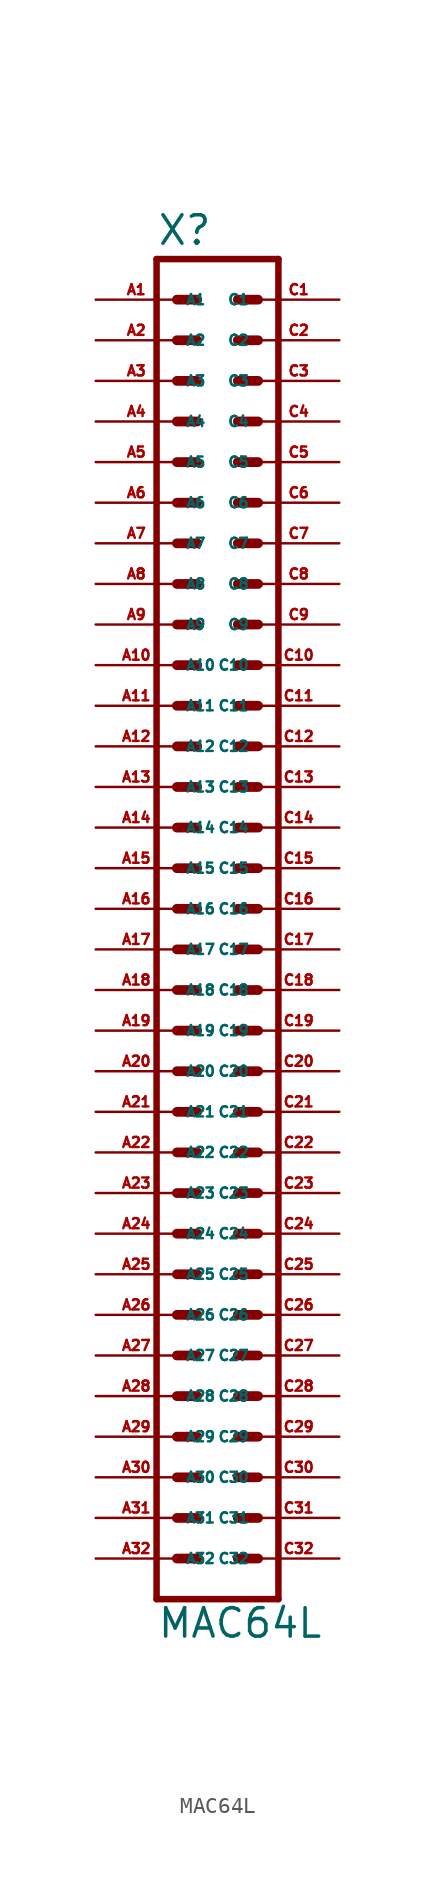
<source format=kicad_sym>
(kicad_symbol_lib
  (version 20220914)
  (generator Eagle2Kicad)
  (symbol "MAC64L"
    (property "Reference" "X"
      (at -3.81 41.402 0)
      (effects (font (size 1.778 1.778) (thickness 0.22)) (justify left bottom)))
    (property "Value" "MAC64L"
      (at -3.81 -45.72 0)
      (effects (font (size 1.778 1.778) (thickness 0.22)) (justify left bottom)))
    (polyline
      (pts (xy 3.81 -43.18) (xy -3.81 -43.18))
      (stroke (width 0.406) (type default))
      (fill (type none)))
    (polyline
      (pts (xy -3.81 40.64) (xy -3.81 -43.18))
      (stroke (width 0.406) (type default))
      (fill (type none)))
    (polyline
      (pts (xy -3.81 40.64) (xy 3.81 40.64))
      (stroke (width 0.406) (type default))
      (fill (type none)))
    (polyline
      (pts (xy 3.81 -43.18) (xy 3.81 40.64))
      (stroke (width 0.406) (type default))
      (fill (type none)))
    (polyline
      (pts (xy 1.27 -40.64) (xy 2.54 -40.64))
      (stroke (width 0.61) (type default))
      (fill (type none)))
    (polyline
      (pts (xy 1.27 -38.1) (xy 2.54 -38.1))
      (stroke (width 0.61) (type default))
      (fill (type none)))
    (polyline
      (pts (xy 1.27 -35.56) (xy 2.54 -35.56))
      (stroke (width 0.61) (type default))
      (fill (type none)))
    (polyline
      (pts (xy 1.27 -33.02) (xy 2.54 -33.02))
      (stroke (width 0.61) (type default))
      (fill (type none)))
    (polyline
      (pts (xy 1.27 -30.48) (xy 2.54 -30.48))
      (stroke (width 0.61) (type default))
      (fill (type none)))
    (polyline
      (pts (xy 1.27 -27.94) (xy 2.54 -27.94))
      (stroke (width 0.61) (type default))
      (fill (type none)))
    (polyline
      (pts (xy 1.27 -25.4) (xy 2.54 -25.4))
      (stroke (width 0.61) (type default))
      (fill (type none)))
    (polyline
      (pts (xy 1.27 -22.86) (xy 2.54 -22.86))
      (stroke (width 0.61) (type default))
      (fill (type none)))
    (polyline
      (pts (xy 1.27 -20.32) (xy 2.54 -20.32))
      (stroke (width 0.61) (type default))
      (fill (type none)))
    (polyline
      (pts (xy 1.27 -17.78) (xy 2.54 -17.78))
      (stroke (width 0.61) (type default))
      (fill (type none)))
    (polyline
      (pts (xy 1.27 -15.24) (xy 2.54 -15.24))
      (stroke (width 0.61) (type default))
      (fill (type none)))
    (polyline
      (pts (xy 1.27 -12.7) (xy 2.54 -12.7))
      (stroke (width 0.61) (type default))
      (fill (type none)))
    (polyline
      (pts (xy 1.27 -10.16) (xy 2.54 -10.16))
      (stroke (width 0.61) (type default))
      (fill (type none)))
    (polyline
      (pts (xy 1.27 -7.62) (xy 2.54 -7.62))
      (stroke (width 0.61) (type default))
      (fill (type none)))
    (polyline
      (pts (xy 1.27 -5.08) (xy 2.54 -5.08))
      (stroke (width 0.61) (type default))
      (fill (type none)))
    (polyline
      (pts (xy 1.27 -2.54) (xy 2.54 -2.54))
      (stroke (width 0.61) (type default))
      (fill (type none)))
    (polyline
      (pts (xy 1.27 0) (xy 2.54 0))
      (stroke (width 0.61) (type default))
      (fill (type none)))
    (polyline
      (pts (xy 1.27 2.54) (xy 2.54 2.54))
      (stroke (width 0.61) (type default))
      (fill (type none)))
    (polyline
      (pts (xy 1.27 5.08) (xy 2.54 5.08))
      (stroke (width 0.61) (type default))
      (fill (type none)))
    (polyline
      (pts (xy 1.27 7.62) (xy 2.54 7.62))
      (stroke (width 0.61) (type default))
      (fill (type none)))
    (polyline
      (pts (xy 1.27 10.16) (xy 2.54 10.16))
      (stroke (width 0.61) (type default))
      (fill (type none)))
    (polyline
      (pts (xy 1.27 12.7) (xy 2.54 12.7))
      (stroke (width 0.61) (type default))
      (fill (type none)))
    (polyline
      (pts (xy 1.27 15.24) (xy 2.54 15.24))
      (stroke (width 0.61) (type default))
      (fill (type none)))
    (polyline
      (pts (xy 1.27 17.78) (xy 2.54 17.78))
      (stroke (width 0.61) (type default))
      (fill (type none)))
    (polyline
      (pts (xy 1.27 20.32) (xy 2.54 20.32))
      (stroke (width 0.61) (type default))
      (fill (type none)))
    (polyline
      (pts (xy 1.27 22.86) (xy 2.54 22.86))
      (stroke (width 0.61) (type default))
      (fill (type none)))
    (polyline
      (pts (xy 1.27 25.4) (xy 2.54 25.4))
      (stroke (width 0.61) (type default))
      (fill (type none)))
    (polyline
      (pts (xy 1.27 27.94) (xy 2.54 27.94))
      (stroke (width 0.61) (type default))
      (fill (type none)))
    (polyline
      (pts (xy 1.27 30.48) (xy 2.54 30.48))
      (stroke (width 0.61) (type default))
      (fill (type none)))
    (polyline
      (pts (xy 1.27 33.02) (xy 2.54 33.02))
      (stroke (width 0.61) (type default))
      (fill (type none)))
    (polyline
      (pts (xy 1.27 35.56) (xy 2.54 35.56))
      (stroke (width 0.61) (type default))
      (fill (type none)))
    (polyline
      (pts (xy 1.27 38.1) (xy 2.54 38.1))
      (stroke (width 0.61) (type default))
      (fill (type none)))
    (polyline
      (pts (xy -2.54 -40.64) (xy -1.27 -40.64))
      (stroke (width 0.61) (type default))
      (fill (type none)))
    (polyline
      (pts (xy -2.54 -38.1) (xy -1.27 -38.1))
      (stroke (width 0.61) (type default))
      (fill (type none)))
    (polyline
      (pts (xy -2.54 -35.56) (xy -1.27 -35.56))
      (stroke (width 0.61) (type default))
      (fill (type none)))
    (polyline
      (pts (xy -2.54 -33.02) (xy -1.27 -33.02))
      (stroke (width 0.61) (type default))
      (fill (type none)))
    (polyline
      (pts (xy -2.54 -30.48) (xy -1.27 -30.48))
      (stroke (width 0.61) (type default))
      (fill (type none)))
    (polyline
      (pts (xy -2.54 -27.94) (xy -1.27 -27.94))
      (stroke (width 0.61) (type default))
      (fill (type none)))
    (polyline
      (pts (xy -2.54 -25.4) (xy -1.27 -25.4))
      (stroke (width 0.61) (type default))
      (fill (type none)))
    (polyline
      (pts (xy -2.54 -22.86) (xy -1.27 -22.86))
      (stroke (width 0.61) (type default))
      (fill (type none)))
    (polyline
      (pts (xy -2.54 -20.32) (xy -1.27 -20.32))
      (stroke (width 0.61) (type default))
      (fill (type none)))
    (polyline
      (pts (xy -2.54 -17.78) (xy -1.27 -17.78))
      (stroke (width 0.61) (type default))
      (fill (type none)))
    (polyline
      (pts (xy -2.54 -15.24) (xy -1.27 -15.24))
      (stroke (width 0.61) (type default))
      (fill (type none)))
    (polyline
      (pts (xy -2.54 -12.7) (xy -1.27 -12.7))
      (stroke (width 0.61) (type default))
      (fill (type none)))
    (polyline
      (pts (xy -2.54 -10.16) (xy -1.27 -10.16))
      (stroke (width 0.61) (type default))
      (fill (type none)))
    (polyline
      (pts (xy -2.54 -7.62) (xy -1.27 -7.62))
      (stroke (width 0.61) (type default))
      (fill (type none)))
    (polyline
      (pts (xy -2.54 -5.08) (xy -1.27 -5.08))
      (stroke (width 0.61) (type default))
      (fill (type none)))
    (polyline
      (pts (xy -2.54 -2.54) (xy -1.27 -2.54))
      (stroke (width 0.61) (type default))
      (fill (type none)))
    (polyline
      (pts (xy -2.54 0) (xy -1.27 0))
      (stroke (width 0.61) (type default))
      (fill (type none)))
    (polyline
      (pts (xy -2.54 2.54) (xy -1.27 2.54))
      (stroke (width 0.61) (type default))
      (fill (type none)))
    (polyline
      (pts (xy -2.54 5.08) (xy -1.27 5.08))
      (stroke (width 0.61) (type default))
      (fill (type none)))
    (polyline
      (pts (xy -2.54 7.62) (xy -1.27 7.62))
      (stroke (width 0.61) (type default))
      (fill (type none)))
    (polyline
      (pts (xy -2.54 10.16) (xy -1.27 10.16))
      (stroke (width 0.61) (type default))
      (fill (type none)))
    (polyline
      (pts (xy -2.54 12.7) (xy -1.27 12.7))
      (stroke (width 0.61) (type default))
      (fill (type none)))
    (polyline
      (pts (xy -2.54 15.24) (xy -1.27 15.24))
      (stroke (width 0.61) (type default))
      (fill (type none)))
    (polyline
      (pts (xy -2.54 17.78) (xy -1.27 17.78))
      (stroke (width 0.61) (type default))
      (fill (type none)))
    (polyline
      (pts (xy -2.54 20.32) (xy -1.27 20.32))
      (stroke (width 0.61) (type default))
      (fill (type none)))
    (polyline
      (pts (xy -2.54 22.86) (xy -1.27 22.86))
      (stroke (width 0.61) (type default))
      (fill (type none)))
    (polyline
      (pts (xy -2.54 25.4) (xy -1.27 25.4))
      (stroke (width 0.61) (type default))
      (fill (type none)))
    (polyline
      (pts (xy -2.54 27.94) (xy -1.27 27.94))
      (stroke (width 0.61) (type default))
      (fill (type none)))
    (polyline
      (pts (xy -2.54 30.48) (xy -1.27 30.48))
      (stroke (width 0.61) (type default))
      (fill (type none)))
    (polyline
      (pts (xy -2.54 33.02) (xy -1.27 33.02))
      (stroke (width 0.61) (type default))
      (fill (type none)))
    (polyline
      (pts (xy -2.54 35.56) (xy -1.27 35.56))
      (stroke (width 0.61) (type default))
      (fill (type none)))
    (polyline
      (pts (xy -2.54 38.1) (xy -1.27 38.1))
      (stroke (width 0.61) (type default))
      (fill (type none)))
    (pin passive line
      (at 7.62 38.1 180)
      (length 5.08)
      (name "C1" (effects (font (size 0.635 0.635) (thickness 0.08)) (justify left bottom)))
      (number "C1" (effects (font (size 0.635 0.635) (thickness 0.08)) (justify left bottom))))
    (pin passive line
      (at 7.62 35.56 180)
      (length 5.08)
      (name "C2" (effects (font (size 0.635 0.635) (thickness 0.08)) (justify left bottom)))
      (number "C2" (effects (font (size 0.635 0.635) (thickness 0.08)) (justify left bottom))))
    (pin passive line
      (at 7.62 33.02 180)
      (length 5.08)
      (name "C3" (effects (font (size 0.635 0.635) (thickness 0.08)) (justify left bottom)))
      (number "C3" (effects (font (size 0.635 0.635) (thickness 0.08)) (justify left bottom))))
    (pin passive line
      (at 7.62 30.48 180)
      (length 5.08)
      (name "C4" (effects (font (size 0.635 0.635) (thickness 0.08)) (justify left bottom)))
      (number "C4" (effects (font (size 0.635 0.635) (thickness 0.08)) (justify left bottom))))
    (pin passive line
      (at 7.62 27.94 180)
      (length 5.08)
      (name "C5" (effects (font (size 0.635 0.635) (thickness 0.08)) (justify left bottom)))
      (number "C5" (effects (font (size 0.635 0.635) (thickness 0.08)) (justify left bottom))))
    (pin passive line
      (at 7.62 25.4 180)
      (length 5.08)
      (name "C6" (effects (font (size 0.635 0.635) (thickness 0.08)) (justify left bottom)))
      (number "C6" (effects (font (size 0.635 0.635) (thickness 0.08)) (justify left bottom))))
    (pin passive line
      (at 7.62 22.86 180)
      (length 5.08)
      (name "C7" (effects (font (size 0.635 0.635) (thickness 0.08)) (justify left bottom)))
      (number "C7" (effects (font (size 0.635 0.635) (thickness 0.08)) (justify left bottom))))
    (pin passive line
      (at 7.62 20.32 180)
      (length 5.08)
      (name "C8" (effects (font (size 0.635 0.635) (thickness 0.08)) (justify left bottom)))
      (number "C8" (effects (font (size 0.635 0.635) (thickness 0.08)) (justify left bottom))))
    (pin passive line
      (at 7.62 17.78 180)
      (length 5.08)
      (name "C9" (effects (font (size 0.635 0.635) (thickness 0.08)) (justify left bottom)))
      (number "C9" (effects (font (size 0.635 0.635) (thickness 0.08)) (justify left bottom))))
    (pin passive line
      (at 7.62 15.24 180)
      (length 5.08)
      (name "C10" (effects (font (size 0.635 0.635) (thickness 0.08)) (justify left bottom)))
      (number "C10" (effects (font (size 0.635 0.635) (thickness 0.08)) (justify left bottom))))
    (pin passive line
      (at 7.62 12.7 180)
      (length 5.08)
      (name "C11" (effects (font (size 0.635 0.635) (thickness 0.08)) (justify left bottom)))
      (number "C11" (effects (font (size 0.635 0.635) (thickness 0.08)) (justify left bottom))))
    (pin passive line
      (at 7.62 10.16 180)
      (length 5.08)
      (name "C12" (effects (font (size 0.635 0.635) (thickness 0.08)) (justify left bottom)))
      (number "C12" (effects (font (size 0.635 0.635) (thickness 0.08)) (justify left bottom))))
    (pin passive line
      (at 7.62 7.62 180)
      (length 5.08)
      (name "C13" (effects (font (size 0.635 0.635) (thickness 0.08)) (justify left bottom)))
      (number "C13" (effects (font (size 0.635 0.635) (thickness 0.08)) (justify left bottom))))
    (pin passive line
      (at 7.62 5.08 180)
      (length 5.08)
      (name "C14" (effects (font (size 0.635 0.635) (thickness 0.08)) (justify left bottom)))
      (number "C14" (effects (font (size 0.635 0.635) (thickness 0.08)) (justify left bottom))))
    (pin passive line
      (at 7.62 2.54 180)
      (length 5.08)
      (name "C15" (effects (font (size 0.635 0.635) (thickness 0.08)) (justify left bottom)))
      (number "C15" (effects (font (size 0.635 0.635) (thickness 0.08)) (justify left bottom))))
    (pin passive line
      (at 7.62 0 180)
      (length 5.08)
      (name "C16" (effects (font (size 0.635 0.635) (thickness 0.08)) (justify left bottom)))
      (number "C16" (effects (font (size 0.635 0.635) (thickness 0.08)) (justify left bottom))))
    (pin passive line
      (at 7.62 -2.54 180)
      (length 5.08)
      (name "C17" (effects (font (size 0.635 0.635) (thickness 0.08)) (justify left bottom)))
      (number "C17" (effects (font (size 0.635 0.635) (thickness 0.08)) (justify left bottom))))
    (pin passive line
      (at 7.62 -5.08 180)
      (length 5.08)
      (name "C18" (effects (font (size 0.635 0.635) (thickness 0.08)) (justify left bottom)))
      (number "C18" (effects (font (size 0.635 0.635) (thickness 0.08)) (justify left bottom))))
    (pin passive line
      (at 7.62 -7.62 180)
      (length 5.08)
      (name "C19" (effects (font (size 0.635 0.635) (thickness 0.08)) (justify left bottom)))
      (number "C19" (effects (font (size 0.635 0.635) (thickness 0.08)) (justify left bottom))))
    (pin passive line
      (at 7.62 -10.16 180)
      (length 5.08)
      (name "C20" (effects (font (size 0.635 0.635) (thickness 0.08)) (justify left bottom)))
      (number "C20" (effects (font (size 0.635 0.635) (thickness 0.08)) (justify left bottom))))
    (pin passive line
      (at 7.62 -12.7 180)
      (length 5.08)
      (name "C21" (effects (font (size 0.635 0.635) (thickness 0.08)) (justify left bottom)))
      (number "C21" (effects (font (size 0.635 0.635) (thickness 0.08)) (justify left bottom))))
    (pin passive line
      (at 7.62 -15.24 180)
      (length 5.08)
      (name "C22" (effects (font (size 0.635 0.635) (thickness 0.08)) (justify left bottom)))
      (number "C22" (effects (font (size 0.635 0.635) (thickness 0.08)) (justify left bottom))))
    (pin passive line
      (at 7.62 -17.78 180)
      (length 5.08)
      (name "C23" (effects (font (size 0.635 0.635) (thickness 0.08)) (justify left bottom)))
      (number "C23" (effects (font (size 0.635 0.635) (thickness 0.08)) (justify left bottom))))
    (pin passive line
      (at 7.62 -20.32 180)
      (length 5.08)
      (name "C24" (effects (font (size 0.635 0.635) (thickness 0.08)) (justify left bottom)))
      (number "C24" (effects (font (size 0.635 0.635) (thickness 0.08)) (justify left bottom))))
    (pin passive line
      (at 7.62 -22.86 180)
      (length 5.08)
      (name "C25" (effects (font (size 0.635 0.635) (thickness 0.08)) (justify left bottom)))
      (number "C25" (effects (font (size 0.635 0.635) (thickness 0.08)) (justify left bottom))))
    (pin passive line
      (at 7.62 -25.4 180)
      (length 5.08)
      (name "C26" (effects (font (size 0.635 0.635) (thickness 0.08)) (justify left bottom)))
      (number "C26" (effects (font (size 0.635 0.635) (thickness 0.08)) (justify left bottom))))
    (pin passive line
      (at 7.62 -27.94 180)
      (length 5.08)
      (name "C27" (effects (font (size 0.635 0.635) (thickness 0.08)) (justify left bottom)))
      (number "C27" (effects (font (size 0.635 0.635) (thickness 0.08)) (justify left bottom))))
    (pin passive line
      (at 7.62 -30.48 180)
      (length 5.08)
      (name "C28" (effects (font (size 0.635 0.635) (thickness 0.08)) (justify left bottom)))
      (number "C28" (effects (font (size 0.635 0.635) (thickness 0.08)) (justify left bottom))))
    (pin passive line
      (at 7.62 -33.02 180)
      (length 5.08)
      (name "C29" (effects (font (size 0.635 0.635) (thickness 0.08)) (justify left bottom)))
      (number "C29" (effects (font (size 0.635 0.635) (thickness 0.08)) (justify left bottom))))
    (pin passive line
      (at 7.62 -35.56 180)
      (length 5.08)
      (name "C30" (effects (font (size 0.635 0.635) (thickness 0.08)) (justify left bottom)))
      (number "C30" (effects (font (size 0.635 0.635) (thickness 0.08)) (justify left bottom))))
    (pin passive line
      (at 7.62 -38.1 180)
      (length 5.08)
      (name "C31" (effects (font (size 0.635 0.635) (thickness 0.08)) (justify left bottom)))
      (number "C31" (effects (font (size 0.635 0.635) (thickness 0.08)) (justify left bottom))))
    (pin passive line
      (at 7.62 -40.64 180)
      (length 5.08)
      (name "C32" (effects (font (size 0.635 0.635) (thickness 0.08)) (justify left bottom)))
      (number "C32" (effects (font (size 0.635 0.635) (thickness 0.08)) (justify left bottom))))
    (pin passive line
      (at -7.62 38.1 0)
      (length 5.08)
      (name "A1" (effects (font (size 0.635 0.635) (thickness 0.08)) (justify left bottom)))
      (number "A1" (effects (font (size 0.635 0.635) (thickness 0.08)) (justify left bottom))))
    (pin passive line
      (at -7.62 35.56 0)
      (length 5.08)
      (name "A2" (effects (font (size 0.635 0.635) (thickness 0.08)) (justify left bottom)))
      (number "A2" (effects (font (size 0.635 0.635) (thickness 0.08)) (justify left bottom))))
    (pin passive line
      (at -7.62 33.02 0)
      (length 5.08)
      (name "A3" (effects (font (size 0.635 0.635) (thickness 0.08)) (justify left bottom)))
      (number "A3" (effects (font (size 0.635 0.635) (thickness 0.08)) (justify left bottom))))
    (pin passive line
      (at -7.62 30.48 0)
      (length 5.08)
      (name "A4" (effects (font (size 0.635 0.635) (thickness 0.08)) (justify left bottom)))
      (number "A4" (effects (font (size 0.635 0.635) (thickness 0.08)) (justify left bottom))))
    (pin passive line
      (at -7.62 27.94 0)
      (length 5.08)
      (name "A5" (effects (font (size 0.635 0.635) (thickness 0.08)) (justify left bottom)))
      (number "A5" (effects (font (size 0.635 0.635) (thickness 0.08)) (justify left bottom))))
    (pin passive line
      (at -7.62 25.4 0)
      (length 5.08)
      (name "A6" (effects (font (size 0.635 0.635) (thickness 0.08)) (justify left bottom)))
      (number "A6" (effects (font (size 0.635 0.635) (thickness 0.08)) (justify left bottom))))
    (pin passive line
      (at -7.62 22.86 0)
      (length 5.08)
      (name "A7" (effects (font (size 0.635 0.635) (thickness 0.08)) (justify left bottom)))
      (number "A7" (effects (font (size 0.635 0.635) (thickness 0.08)) (justify left bottom))))
    (pin passive line
      (at -7.62 20.32 0)
      (length 5.08)
      (name "A8" (effects (font (size 0.635 0.635) (thickness 0.08)) (justify left bottom)))
      (number "A8" (effects (font (size 0.635 0.635) (thickness 0.08)) (justify left bottom))))
    (pin passive line
      (at -7.62 17.78 0)
      (length 5.08)
      (name "A9" (effects (font (size 0.635 0.635) (thickness 0.08)) (justify left bottom)))
      (number "A9" (effects (font (size 0.635 0.635) (thickness 0.08)) (justify left bottom))))
    (pin passive line
      (at -7.62 15.24 0)
      (length 5.08)
      (name "A10" (effects (font (size 0.635 0.635) (thickness 0.08)) (justify left bottom)))
      (number "A10" (effects (font (size 0.635 0.635) (thickness 0.08)) (justify left bottom))))
    (pin passive line
      (at -7.62 12.7 0)
      (length 5.08)
      (name "A11" (effects (font (size 0.635 0.635) (thickness 0.08)) (justify left bottom)))
      (number "A11" (effects (font (size 0.635 0.635) (thickness 0.08)) (justify left bottom))))
    (pin passive line
      (at -7.62 10.16 0)
      (length 5.08)
      (name "A12" (effects (font (size 0.635 0.635) (thickness 0.08)) (justify left bottom)))
      (number "A12" (effects (font (size 0.635 0.635) (thickness 0.08)) (justify left bottom))))
    (pin passive line
      (at -7.62 7.62 0)
      (length 5.08)
      (name "A13" (effects (font (size 0.635 0.635) (thickness 0.08)) (justify left bottom)))
      (number "A13" (effects (font (size 0.635 0.635) (thickness 0.08)) (justify left bottom))))
    (pin passive line
      (at -7.62 5.08 0)
      (length 5.08)
      (name "A14" (effects (font (size 0.635 0.635) (thickness 0.08)) (justify left bottom)))
      (number "A14" (effects (font (size 0.635 0.635) (thickness 0.08)) (justify left bottom))))
    (pin passive line
      (at -7.62 2.54 0)
      (length 5.08)
      (name "A15" (effects (font (size 0.635 0.635) (thickness 0.08)) (justify left bottom)))
      (number "A15" (effects (font (size 0.635 0.635) (thickness 0.08)) (justify left bottom))))
    (pin passive line
      (at -7.62 0 0)
      (length 5.08)
      (name "A16" (effects (font (size 0.635 0.635) (thickness 0.08)) (justify left bottom)))
      (number "A16" (effects (font (size 0.635 0.635) (thickness 0.08)) (justify left bottom))))
    (pin passive line
      (at -7.62 -2.54 0)
      (length 5.08)
      (name "A17" (effects (font (size 0.635 0.635) (thickness 0.08)) (justify left bottom)))
      (number "A17" (effects (font (size 0.635 0.635) (thickness 0.08)) (justify left bottom))))
    (pin passive line
      (at -7.62 -5.08 0)
      (length 5.08)
      (name "A18" (effects (font (size 0.635 0.635) (thickness 0.08)) (justify left bottom)))
      (number "A18" (effects (font (size 0.635 0.635) (thickness 0.08)) (justify left bottom))))
    (pin passive line
      (at -7.62 -7.62 0)
      (length 5.08)
      (name "A19" (effects (font (size 0.635 0.635) (thickness 0.08)) (justify left bottom)))
      (number "A19" (effects (font (size 0.635 0.635) (thickness 0.08)) (justify left bottom))))
    (pin passive line
      (at -7.62 -10.16 0)
      (length 5.08)
      (name "A20" (effects (font (size 0.635 0.635) (thickness 0.08)) (justify left bottom)))
      (number "A20" (effects (font (size 0.635 0.635) (thickness 0.08)) (justify left bottom))))
    (pin passive line
      (at -7.62 -12.7 0)
      (length 5.08)
      (name "A21" (effects (font (size 0.635 0.635) (thickness 0.08)) (justify left bottom)))
      (number "A21" (effects (font (size 0.635 0.635) (thickness 0.08)) (justify left bottom))))
    (pin passive line
      (at -7.62 -15.24 0)
      (length 5.08)
      (name "A22" (effects (font (size 0.635 0.635) (thickness 0.08)) (justify left bottom)))
      (number "A22" (effects (font (size 0.635 0.635) (thickness 0.08)) (justify left bottom))))
    (pin passive line
      (at -7.62 -17.78 0)
      (length 5.08)
      (name "A23" (effects (font (size 0.635 0.635) (thickness 0.08)) (justify left bottom)))
      (number "A23" (effects (font (size 0.635 0.635) (thickness 0.08)) (justify left bottom))))
    (pin passive line
      (at -7.62 -20.32 0)
      (length 5.08)
      (name "A24" (effects (font (size 0.635 0.635) (thickness 0.08)) (justify left bottom)))
      (number "A24" (effects (font (size 0.635 0.635) (thickness 0.08)) (justify left bottom))))
    (pin passive line
      (at -7.62 -22.86 0)
      (length 5.08)
      (name "A25" (effects (font (size 0.635 0.635) (thickness 0.08)) (justify left bottom)))
      (number "A25" (effects (font (size 0.635 0.635) (thickness 0.08)) (justify left bottom))))
    (pin passive line
      (at -7.62 -25.4 0)
      (length 5.08)
      (name "A26" (effects (font (size 0.635 0.635) (thickness 0.08)) (justify left bottom)))
      (number "A26" (effects (font (size 0.635 0.635) (thickness 0.08)) (justify left bottom))))
    (pin passive line
      (at -7.62 -27.94 0)
      (length 5.08)
      (name "A27" (effects (font (size 0.635 0.635) (thickness 0.08)) (justify left bottom)))
      (number "A27" (effects (font (size 0.635 0.635) (thickness 0.08)) (justify left bottom))))
    (pin passive line
      (at -7.62 -30.48 0)
      (length 5.08)
      (name "A28" (effects (font (size 0.635 0.635) (thickness 0.08)) (justify left bottom)))
      (number "A28" (effects (font (size 0.635 0.635) (thickness 0.08)) (justify left bottom))))
    (pin passive line
      (at -7.62 -33.02 0)
      (length 5.08)
      (name "A29" (effects (font (size 0.635 0.635) (thickness 0.08)) (justify left bottom)))
      (number "A29" (effects (font (size 0.635 0.635) (thickness 0.08)) (justify left bottom))))
    (pin passive line
      (at -7.62 -35.56 0)
      (length 5.08)
      (name "A30" (effects (font (size 0.635 0.635) (thickness 0.08)) (justify left bottom)))
      (number "A30" (effects (font (size 0.635 0.635) (thickness 0.08)) (justify left bottom))))
    (pin passive line
      (at -7.62 -38.1 0)
      (length 5.08)
      (name "A31" (effects (font (size 0.635 0.635) (thickness 0.08)) (justify left bottom)))
      (number "A31" (effects (font (size 0.635 0.635) (thickness 0.08)) (justify left bottom))))
    (pin passive line
      (at -7.62 -40.64 0)
      (length 5.08)
      (name "A32" (effects (font (size 0.635 0.635) (thickness 0.08)) (justify left bottom)))
      (number "A32" (effects (font (size 0.635 0.635) (thickness 0.08)) (justify left bottom))))))
</source>
